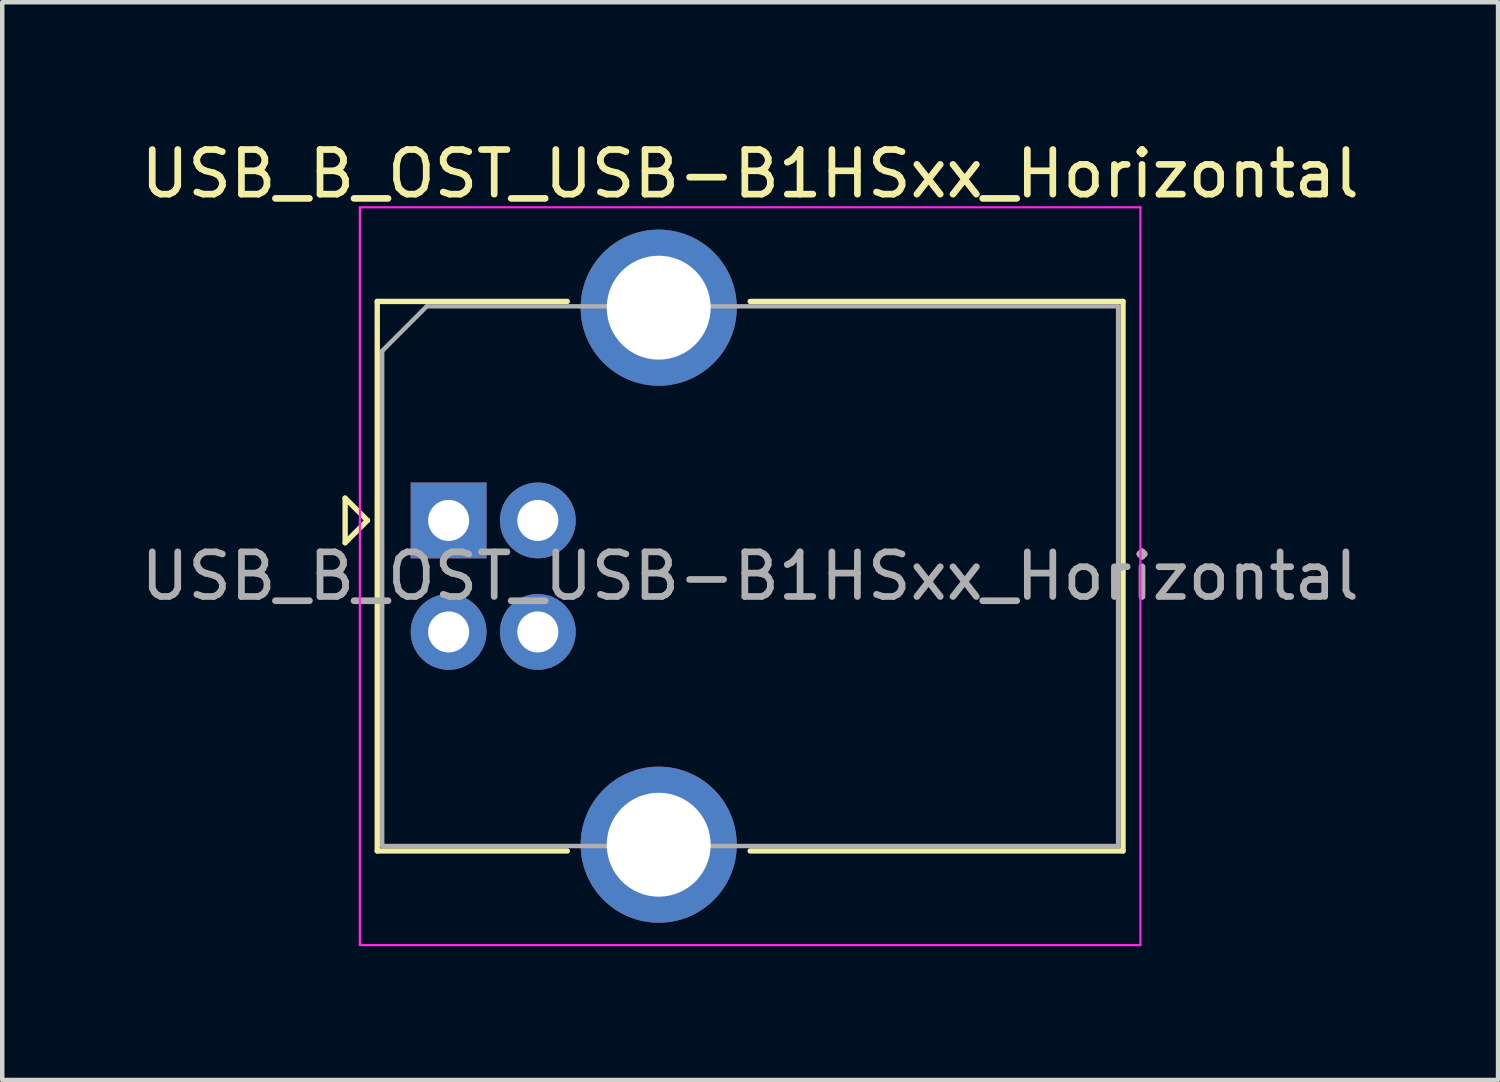
<source format=kicad_pcb>
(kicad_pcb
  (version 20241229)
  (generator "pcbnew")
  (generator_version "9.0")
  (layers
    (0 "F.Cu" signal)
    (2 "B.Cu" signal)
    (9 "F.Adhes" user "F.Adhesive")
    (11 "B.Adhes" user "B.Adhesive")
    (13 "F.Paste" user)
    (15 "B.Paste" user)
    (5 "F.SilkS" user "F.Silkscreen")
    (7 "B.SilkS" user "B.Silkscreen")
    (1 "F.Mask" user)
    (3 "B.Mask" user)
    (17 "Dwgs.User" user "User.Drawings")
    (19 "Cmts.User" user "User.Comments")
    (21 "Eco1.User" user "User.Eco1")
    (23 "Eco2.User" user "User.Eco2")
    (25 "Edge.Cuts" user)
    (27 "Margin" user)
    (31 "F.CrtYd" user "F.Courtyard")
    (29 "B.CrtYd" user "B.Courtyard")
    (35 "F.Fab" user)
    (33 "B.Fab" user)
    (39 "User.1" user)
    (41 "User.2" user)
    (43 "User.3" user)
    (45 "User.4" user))
  (footprint "USB_B_OST_USB-B1HSxx_Horizontal"
    (layer "F.Cu")
    (at 7.008 8.618)
    (property "Reference" "USB_B_OST_USB-B1HSxx_Horizontal" (at 6.76 -7.77 0) (layer "F.SilkS") (effects (font (size 1 1) (thickness 0.15))))
    (attr through_hole)
    (fp_line (start -2.32 -0.5) (end -2.32 0.5) (stroke (width 0.12) (type solid)) (layer "F.SilkS"))
    (fp_line (start -2.32 0.5) (end -1.82 0) (stroke (width 0.12) (type solid)) (layer "F.SilkS"))
    (fp_line (start -1.82 0) (end -2.32 -0.5) (stroke (width 0.12) (type solid)) (layer "F.SilkS"))
    (fp_line (start -1.6 -4.91) (end -1.6 7.41) (stroke (width 0.12) (type solid)) (layer "F.SilkS"))
    (fp_line (start -1.6 7.41) (end 2.66 7.41) (stroke (width 0.12) (type solid)) (layer "F.SilkS"))
    (fp_line (start 2.66 -4.91) (end -1.6 -4.91) (stroke (width 0.12) (type solid)) (layer "F.SilkS"))
    (fp_line (start 6.76 -4.91) (end 15.12 -4.91) (stroke (width 0.12) (type solid)) (layer "F.SilkS"))
    (fp_line (start 15.12 -4.91) (end 15.12 7.41) (stroke (width 0.12) (type solid)) (layer "F.SilkS"))
    (fp_line (start 15.12 7.41) (end 6.76 7.41) (stroke (width 0.12) (type solid)) (layer "F.SilkS"))
    (fp_line (start -1.99 -7.02) (end -1.99 9.52) (stroke (width 0.05) (type solid)) (layer "F.CrtYd"))
    (fp_line (start -1.99 9.52) (end 15.51 9.52) (stroke (width 0.05) (type solid)) (layer "F.CrtYd"))
    (fp_line (start 15.51 -7.02) (end -1.99 -7.02) (stroke (width 0.05) (type solid)) (layer "F.CrtYd"))
    (fp_line (start 15.51 9.52) (end 15.51 -7.02) (stroke (width 0.05) (type solid)) (layer "F.CrtYd"))
    (fp_line (start -1.49 -3.8) (end -0.49 -4.8) (stroke (width 0.1) (type solid)) (layer "F.Fab"))
    (fp_line (start -1.49 7.3) (end -1.49 -3.8) (stroke (width 0.1) (type solid)) (layer "F.Fab"))
    (fp_line (start -0.49 -4.8) (end 15.01 -4.8) (stroke (width 0.1) (type solid)) (layer "F.Fab"))
    (fp_line (start 15.01 -4.8) (end 15.01 7.3) (stroke (width 0.1) (type solid)) (layer "F.Fab"))
    (fp_line (start 15.01 7.3) (end -1.49 7.3) (stroke (width 0.1) (type solid)) (layer "F.Fab"))
    (fp_text user "${REFERENCE}" (at 6.76 1.25 0) (layer "F.Fab") (effects (font (size 1 1) (thickness 0.15))))
    (pad "1" thru_hole rect (at 0 0) (size 1.7 1.7) (drill 0.92) (layers "*.Cu" "*.Mask"))
    (pad "2" thru_hole circle (at 0 2.5) (size 1.7 1.7) (drill 0.92) (layers "*.Cu" "*.Mask"))
    (pad "3" thru_hole circle (at 2 2.5) (size 1.7 1.7) (drill 0.92) (layers "*.Cu" "*.Mask"))
    (pad "4" thru_hole circle (at 2 0) (size 1.7 1.7) (drill 0.92) (layers "*.Cu" "*.Mask"))
    (pad "5" thru_hole circle (at 4.71 -4.77) (size 3.5 3.5) (drill 2.33) (layers "*.Cu" "*.Mask"))
    (pad "5" thru_hole circle (at 4.71 7.27) (size 3.5 3.5) (drill 2.33) (layers "*.Cu" "*.Mask")))
  (gr_rect
    (start -3 -3)
    (end 30.536 21.163)
    (stroke (width 0.1) (type default))
    (fill no)
    (layer "Edge.Cuts")))
</source>
